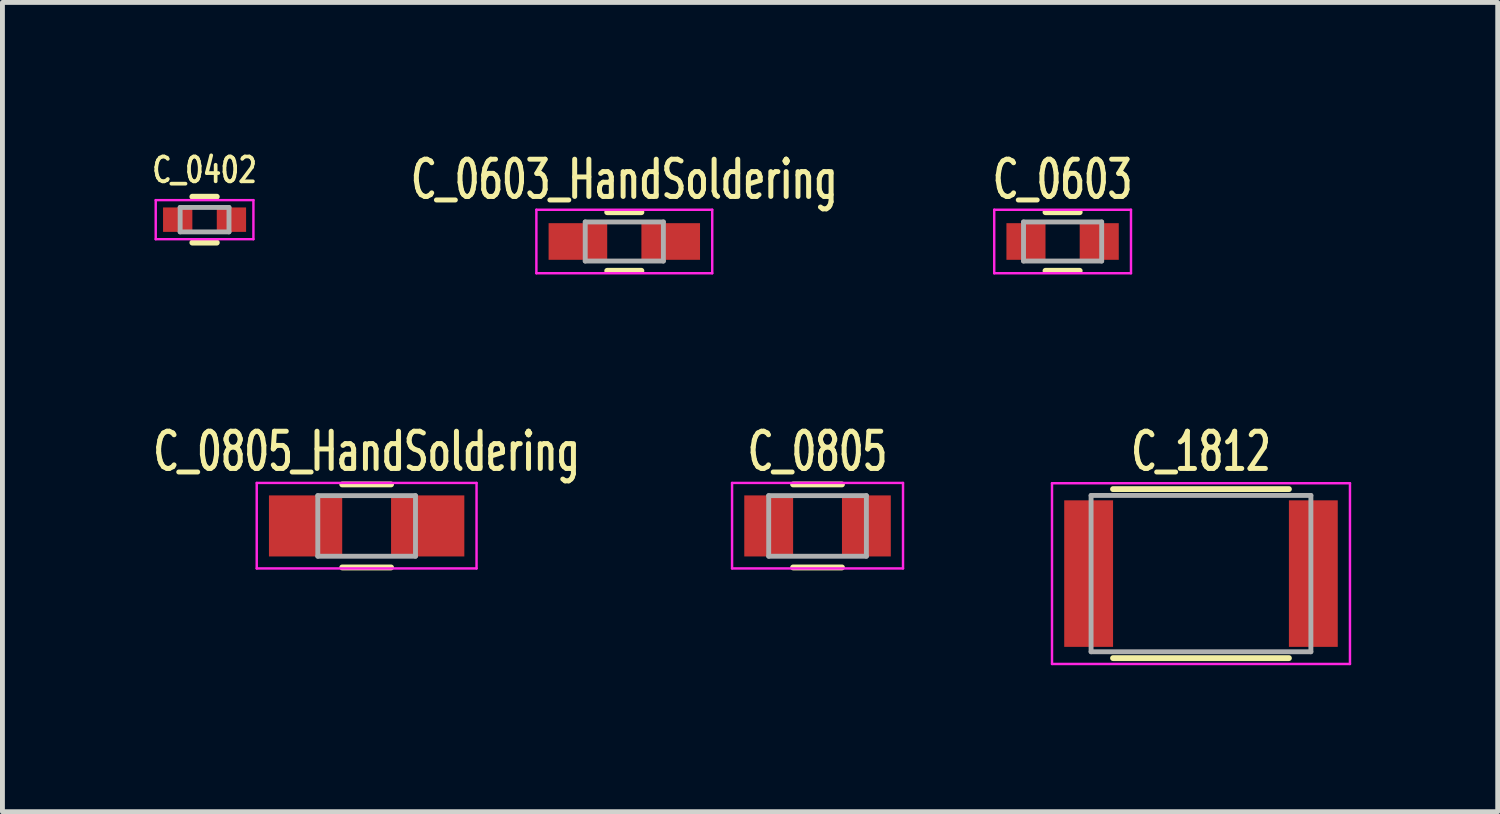
<source format=kicad_pcb>
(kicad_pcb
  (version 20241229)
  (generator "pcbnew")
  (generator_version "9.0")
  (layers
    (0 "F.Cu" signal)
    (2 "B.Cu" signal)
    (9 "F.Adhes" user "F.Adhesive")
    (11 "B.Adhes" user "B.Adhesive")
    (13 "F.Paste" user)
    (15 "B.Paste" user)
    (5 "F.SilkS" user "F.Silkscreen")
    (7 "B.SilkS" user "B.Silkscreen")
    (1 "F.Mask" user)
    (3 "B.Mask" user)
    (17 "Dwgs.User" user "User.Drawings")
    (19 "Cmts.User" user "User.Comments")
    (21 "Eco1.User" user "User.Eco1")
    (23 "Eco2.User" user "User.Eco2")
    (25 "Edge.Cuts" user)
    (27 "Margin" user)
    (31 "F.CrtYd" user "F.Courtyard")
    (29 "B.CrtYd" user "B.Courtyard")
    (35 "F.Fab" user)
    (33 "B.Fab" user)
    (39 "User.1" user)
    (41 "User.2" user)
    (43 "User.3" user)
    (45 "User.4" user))
  (footprint "C_1812"
    (layer "F.Cu")
    (at 21.537 8.693)
    (property "Reference" "C_1812" (at 0 -2.5 0) (layer "F.SilkS") (effects (font (size 0.762 0.508) (thickness 0.102))))
    (attr smd)
    (fp_line (start -1.8 1.73) (end 1.8 1.73) (stroke (width 0.12) (type solid)) (layer "F.SilkS"))
    (fp_line (start 1.8 -1.73) (end -1.8 -1.73) (stroke (width 0.12) (type solid)) (layer "F.SilkS"))
    (fp_line (start -3.05 -1.85) (end -3.05 1.85) (stroke (width 0.05) (type solid)) (layer "F.CrtYd"))
    (fp_line (start -3.05 -1.85) (end 3.05 -1.85) (stroke (width 0.05) (type solid)) (layer "F.CrtYd"))
    (fp_line (start 3.05 1.85) (end -3.05 1.85) (stroke (width 0.05) (type solid)) (layer "F.CrtYd"))
    (fp_line (start 3.05 1.85) (end 3.05 -1.85) (stroke (width 0.05) (type solid)) (layer "F.CrtYd"))
    (fp_line (start -2.25 -1.6) (end 2.25 -1.6) (stroke (width 0.1) (type solid)) (layer "F.Fab"))
    (fp_line (start -2.25 1.6) (end -2.25 -1.6) (stroke (width 0.1) (type solid)) (layer "F.Fab"))
    (fp_line (start 2.25 -1.6) (end 2.25 1.6) (stroke (width 0.1) (type solid)) (layer "F.Fab"))
    (fp_line (start 2.25 1.6) (end -2.25 1.6) (stroke (width 0.1) (type solid)) (layer "F.Fab"))
    (pad "1" smd rect (at -2.3 0) (size 1 3) (layers "F.Cu" "F.Mask" "F.Paste"))
    (pad "2" smd rect (at 2.3 0) (size 1 3) (layers "F.Cu" "F.Mask" "F.Paste")))
  (footprint "C_0402"
    (layer "F.Cu")
    (at 1.138 1.447)
    (property "Reference" "C_0402" (at 0 -1.016 0) (layer "F.SilkS") (effects (font (size 0.508 0.381) (thickness 0.076))))
    (attr smd)
    (fp_line (start -0.25 0.47) (end 0.25 0.47) (stroke (width 0.12) (type solid)) (layer "F.SilkS"))
    (fp_line (start 0.25 -0.47) (end -0.25 -0.47) (stroke (width 0.12) (type solid)) (layer "F.SilkS"))
    (fp_line (start -1 -0.4) (end -1 0.4) (stroke (width 0.05) (type solid)) (layer "F.CrtYd"))
    (fp_line (start -1 -0.4) (end 1 -0.4) (stroke (width 0.05) (type solid)) (layer "F.CrtYd"))
    (fp_line (start 1 0.4) (end -1 0.4) (stroke (width 0.05) (type solid)) (layer "F.CrtYd"))
    (fp_line (start 1 0.4) (end 1 -0.4) (stroke (width 0.05) (type solid)) (layer "F.CrtYd"))
    (fp_line (start -0.5 -0.25) (end 0.5 -0.25) (stroke (width 0.1) (type solid)) (layer "F.Fab"))
    (fp_line (start -0.5 0.25) (end -0.5 -0.25) (stroke (width 0.1) (type solid)) (layer "F.Fab"))
    (fp_line (start 0.5 -0.25) (end 0.5 0.25) (stroke (width 0.1) (type solid)) (layer "F.Fab"))
    (fp_line (start 0.5 0.25) (end -0.5 0.25) (stroke (width 0.1) (type solid)) (layer "F.Fab"))
    (pad "1" smd rect (at -0.55 0) (size 0.6 0.5) (layers "F.Cu" "F.Mask" "F.Paste"))
    (pad "2" smd rect (at 0.55 0) (size 0.6 0.5) (layers "F.Cu" "F.Mask" "F.Paste")))
  (footprint "C_0805_HandSoldering"
    (layer "F.Cu")
    (at 4.456 7.717)
    (property "Reference" "C_0805_HandSoldering" (at 0 -1.524 0) (layer "F.SilkS") (effects (font (size 0.762 0.508) (thickness 0.102))))
    (attr smd)
    (fp_line (start -0.5 0.85) (end 0.5 0.85) (stroke (width 0.12) (type solid)) (layer "F.SilkS"))
    (fp_line (start 0.5 -0.85) (end -0.5 -0.85) (stroke (width 0.12) (type solid)) (layer "F.SilkS"))
    (fp_line (start -2.25 -0.88) (end -2.25 0.87) (stroke (width 0.05) (type solid)) (layer "F.CrtYd"))
    (fp_line (start -2.25 -0.88) (end 2.25 -0.88) (stroke (width 0.05) (type solid)) (layer "F.CrtYd"))
    (fp_line (start 2.25 0.87) (end -2.25 0.87) (stroke (width 0.05) (type solid)) (layer "F.CrtYd"))
    (fp_line (start 2.25 0.87) (end 2.25 -0.88) (stroke (width 0.05) (type solid)) (layer "F.CrtYd"))
    (fp_line (start -1 -0.62) (end 1 -0.62) (stroke (width 0.1) (type solid)) (layer "F.Fab"))
    (fp_line (start -1 0.62) (end -1 -0.62) (stroke (width 0.1) (type solid)) (layer "F.Fab"))
    (fp_line (start 1 -0.62) (end 1 0.62) (stroke (width 0.1) (type solid)) (layer "F.Fab"))
    (fp_line (start 1 0.62) (end -1 0.62) (stroke (width 0.1) (type solid)) (layer "F.Fab"))
    (pad "1" smd rect (at -1.25 0) (size 1.5 1.25) (layers "F.Cu" "F.Mask" "F.Paste"))
    (pad "2" smd rect (at 1.25 0) (size 1.5 1.25) (layers "F.Cu" "F.Mask" "F.Paste")))
  (footprint "C_0805"
    (layer "F.Cu")
    (at 13.687 7.717)
    (property "Reference" "C_0805" (at 0 -1.524 0) (layer "F.SilkS") (effects (font (size 0.762 0.508) (thickness 0.102))))
    (attr smd)
    (fp_line (start -0.5 0.85) (end 0.5 0.85) (stroke (width 0.12) (type solid)) (layer "F.SilkS"))
    (fp_line (start 0.5 -0.85) (end -0.5 -0.85) (stroke (width 0.12) (type solid)) (layer "F.SilkS"))
    (fp_line (start -1.75 -0.88) (end -1.75 0.87) (stroke (width 0.05) (type solid)) (layer "F.CrtYd"))
    (fp_line (start -1.75 -0.88) (end 1.75 -0.88) (stroke (width 0.05) (type solid)) (layer "F.CrtYd"))
    (fp_line (start 1.75 0.87) (end -1.75 0.87) (stroke (width 0.05) (type solid)) (layer "F.CrtYd"))
    (fp_line (start 1.75 0.87) (end 1.75 -0.88) (stroke (width 0.05) (type solid)) (layer "F.CrtYd"))
    (fp_line (start -1 -0.62) (end 1 -0.62) (stroke (width 0.1) (type solid)) (layer "F.Fab"))
    (fp_line (start -1 0.62) (end -1 -0.62) (stroke (width 0.1) (type solid)) (layer "F.Fab"))
    (fp_line (start 1 -0.62) (end 1 0.62) (stroke (width 0.1) (type solid)) (layer "F.Fab"))
    (fp_line (start 1 0.62) (end -1 0.62) (stroke (width 0.1) (type solid)) (layer "F.Fab"))
    (pad "1" smd rect (at -1 0) (size 1 1.25) (layers "F.Cu" "F.Mask" "F.Paste"))
    (pad "2" smd rect (at 1 0) (size 1 1.25) (layers "F.Cu" "F.Mask" "F.Paste")))
  (footprint "C_0603"
    (layer "F.Cu")
    (at 18.704 1.894)
    (property "Reference" "C_0603" (at 0 -1.27 0) (layer "F.SilkS") (effects (font (size 0.762 0.508) (thickness 0.102))))
    (attr smd)
    (fp_line (start -0.35 -0.6) (end 0.35 -0.6) (stroke (width 0.12) (type solid)) (layer "F.SilkS"))
    (fp_line (start 0.35 0.6) (end -0.35 0.6) (stroke (width 0.12) (type solid)) (layer "F.SilkS"))
    (fp_line (start -1.4 -0.65) (end -1.4 0.65) (stroke (width 0.05) (type solid)) (layer "F.CrtYd"))
    (fp_line (start -1.4 -0.65) (end 1.4 -0.65) (stroke (width 0.05) (type solid)) (layer "F.CrtYd"))
    (fp_line (start 1.4 0.65) (end -1.4 0.65) (stroke (width 0.05) (type solid)) (layer "F.CrtYd"))
    (fp_line (start 1.4 0.65) (end 1.4 -0.65) (stroke (width 0.05) (type solid)) (layer "F.CrtYd"))
    (fp_line (start -0.8 -0.4) (end 0.8 -0.4) (stroke (width 0.1) (type solid)) (layer "F.Fab"))
    (fp_line (start -0.8 0.4) (end -0.8 -0.4) (stroke (width 0.1) (type solid)) (layer "F.Fab"))
    (fp_line (start 0.8 -0.4) (end 0.8 0.4) (stroke (width 0.1) (type solid)) (layer "F.Fab"))
    (fp_line (start 0.8 0.4) (end -0.8 0.4) (stroke (width 0.1) (type solid)) (layer "F.Fab"))
    (pad "1" smd rect (at -0.75 0) (size 0.8 0.75) (layers "F.Cu" "F.Mask" "F.Paste"))
    (pad "2" smd rect (at 0.75 0) (size 0.8 0.75) (layers "F.Cu" "F.Mask" "F.Paste")))
  (footprint "C_0603_HandSoldering"
    (layer "F.Cu")
    (at 9.731 1.894)
    (property "Reference" "C_0603_HandSoldering" (at 0 -1.27 0) (layer "F.SilkS") (effects (font (size 0.762 0.508) (thickness 0.102))))
    (attr smd)
    (fp_line (start -0.35 -0.6) (end 0.35 -0.6) (stroke (width 0.12) (type solid)) (layer "F.SilkS"))
    (fp_line (start 0.35 0.6) (end -0.35 0.6) (stroke (width 0.12) (type solid)) (layer "F.SilkS"))
    (fp_line (start -1.8 -0.65) (end -1.8 0.65) (stroke (width 0.05) (type solid)) (layer "F.CrtYd"))
    (fp_line (start -1.8 -0.65) (end 1.8 -0.65) (stroke (width 0.05) (type solid)) (layer "F.CrtYd"))
    (fp_line (start 1.8 0.65) (end -1.8 0.65) (stroke (width 0.05) (type solid)) (layer "F.CrtYd"))
    (fp_line (start 1.8 0.65) (end 1.8 -0.65) (stroke (width 0.05) (type solid)) (layer "F.CrtYd"))
    (fp_line (start -0.8 -0.4) (end 0.8 -0.4) (stroke (width 0.1) (type solid)) (layer "F.Fab"))
    (fp_line (start -0.8 0.4) (end -0.8 -0.4) (stroke (width 0.1) (type solid)) (layer "F.Fab"))
    (fp_line (start 0.8 -0.4) (end 0.8 0.4) (stroke (width 0.1) (type solid)) (layer "F.Fab"))
    (fp_line (start 0.8 0.4) (end -0.8 0.4) (stroke (width 0.1) (type solid)) (layer "F.Fab"))
    (pad "1" smd rect (at -0.95 0) (size 1.2 0.75) (layers "F.Cu" "F.Mask" "F.Paste"))
    (pad "2" smd rect (at 0.95 0) (size 1.2 0.75) (layers "F.Cu" "F.Mask" "F.Paste")))
  (gr_rect
    (start -3 -3)
    (end 27.612 13.568)
    (stroke (width 0.1) (type default))
    (fill no)
    (layer "Edge.Cuts")))
</source>
